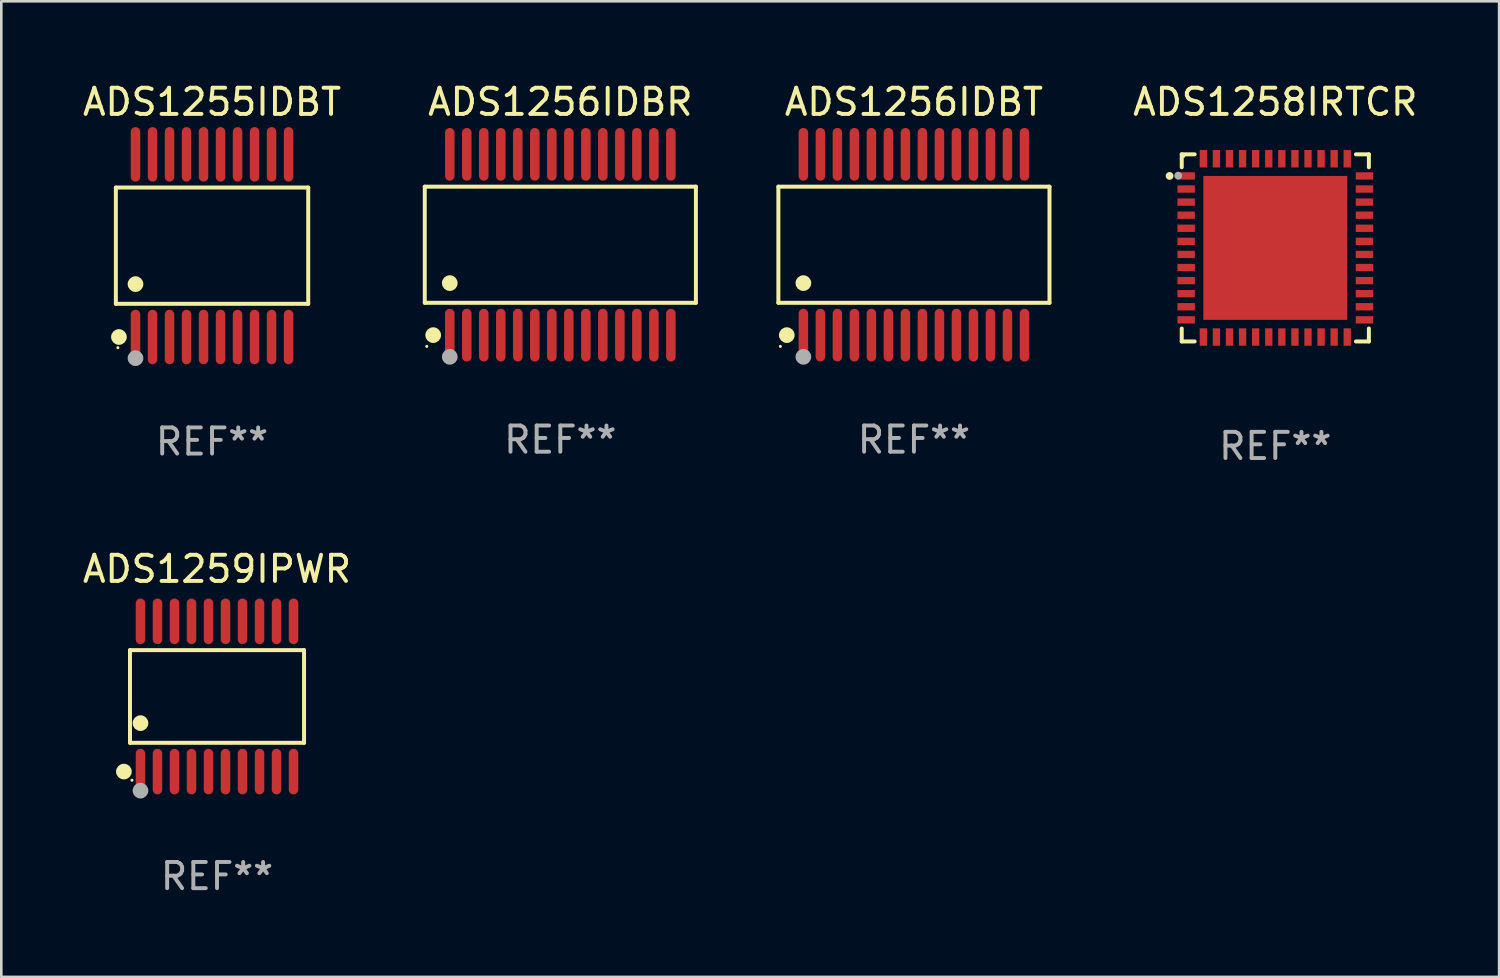
<source format=kicad_pcb>
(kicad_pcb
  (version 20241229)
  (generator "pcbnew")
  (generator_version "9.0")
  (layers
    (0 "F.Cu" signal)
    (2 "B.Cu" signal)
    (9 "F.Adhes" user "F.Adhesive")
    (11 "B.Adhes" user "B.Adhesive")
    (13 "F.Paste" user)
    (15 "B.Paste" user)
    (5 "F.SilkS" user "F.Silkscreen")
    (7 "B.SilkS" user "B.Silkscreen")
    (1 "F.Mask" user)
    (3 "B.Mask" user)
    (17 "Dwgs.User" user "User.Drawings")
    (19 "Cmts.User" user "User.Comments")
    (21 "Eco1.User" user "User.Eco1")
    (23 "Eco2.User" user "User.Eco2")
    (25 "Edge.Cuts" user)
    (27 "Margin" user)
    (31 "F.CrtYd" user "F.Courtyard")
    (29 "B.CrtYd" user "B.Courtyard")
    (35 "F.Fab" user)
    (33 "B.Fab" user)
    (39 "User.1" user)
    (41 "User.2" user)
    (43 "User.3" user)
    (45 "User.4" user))
  (footprint "ADS1258IRTCR"
    (layer "F.Cu")
    (at 45.69 6.424)
    (property "Reference" "ADS1258IRTCR" (at 0 -5.576 0) (layer "F.SilkS") (effects (font (size 1 1) (thickness 0.15))))
    (attr through_hole)
    (fp_line (start -3.576 -3.576) (end -3.576 -3.081) (stroke (width 0.152) (type solid)) (layer "F.SilkS"))
    (fp_line (start -3.576 3.576) (end -3.576 3.081) (stroke (width 0.152) (type solid)) (layer "F.SilkS"))
    (fp_line (start -3.081 -3.576) (end -3.576 -3.576) (stroke (width 0.152) (type solid)) (layer "F.SilkS"))
    (fp_line (start -3.081 3.576) (end -3.576 3.576) (stroke (width 0.152) (type solid)) (layer "F.SilkS"))
    (fp_line (start 3.081 -3.576) (end 3.576 -3.576) (stroke (width 0.152) (type solid)) (layer "F.SilkS"))
    (fp_line (start 3.081 3.576) (end 3.576 3.576) (stroke (width 0.152) (type solid)) (layer "F.SilkS"))
    (fp_line (start 3.576 -3.576) (end 3.576 -3.081) (stroke (width 0.152) (type solid)) (layer "F.SilkS"))
    (fp_line (start 3.576 3.576) (end 3.576 3.081) (stroke (width 0.152) (type solid)) (layer "F.SilkS"))
    (fp_circle (center -4.04 -2.75) (end -3.965 -2.75) (stroke (width 0.15) (type solid)) (fill no) (layer "F.SilkS"))
    (fp_circle (center -3.5 -3.5) (end -3.47 -3.5) (stroke (width 0.06) (type solid)) (fill no) (layer "F.SilkS"))
    (fp_circle (center -3.71 -2.76) (end -3.635 -2.76) (stroke (width 0.15) (type solid)) (fill no) (layer "F.Fab"))
    (fp_text user "REF**" (at 0 7.576 0) (layer "F.Fab") (effects (font (size 1 1) (thickness 0.15))))
    (pad "1" smd rect (at -3.407 -2.75) (size 0.665 0.28) (layers "F.Cu" "F.Mask" "F.Paste"))
    (pad "2" smd rect (at -3.407 -2.25) (size 0.665 0.28) (layers "F.Cu" "F.Mask" "F.Paste"))
    (pad "3" smd rect (at -3.407 -1.75) (size 0.665 0.28) (layers "F.Cu" "F.Mask" "F.Paste"))
    (pad "4" smd rect (at -3.407 -1.25) (size 0.665 0.28) (layers "F.Cu" "F.Mask" "F.Paste"))
    (pad "5" smd rect (at -3.407 -0.75) (size 0.665 0.28) (layers "F.Cu" "F.Mask" "F.Paste"))
    (pad "6" smd rect (at -3.407 -0.25) (size 0.665 0.28) (layers "F.Cu" "F.Mask" "F.Paste"))
    (pad "7" smd rect (at -3.407 0.25) (size 0.665 0.28) (layers "F.Cu" "F.Mask" "F.Paste"))
    (pad "8" smd rect (at -3.407 0.75) (size 0.665 0.28) (layers "F.Cu" "F.Mask" "F.Paste"))
    (pad "9" smd rect (at -3.407 1.25) (size 0.665 0.28) (layers "F.Cu" "F.Mask" "F.Paste"))
    (pad "10" smd rect (at -3.407 1.75) (size 0.665 0.28) (layers "F.Cu" "F.Mask" "F.Paste"))
    (pad "11" smd rect (at -3.407 2.25) (size 0.665 0.28) (layers "F.Cu" "F.Mask" "F.Paste"))
    (pad "12" smd rect (at -3.407 2.75) (size 0.665 0.28) (layers "F.Cu" "F.Mask" "F.Paste"))
    (pad "13" smd rect (at -2.75 3.407) (size 0.28 0.665) (layers "F.Cu" "F.Mask" "F.Paste"))
    (pad "14" smd rect (at -2.25 3.407) (size 0.28 0.665) (layers "F.Cu" "F.Mask" "F.Paste"))
    (pad "15" smd rect (at -1.75 3.407) (size 0.28 0.665) (layers "F.Cu" "F.Mask" "F.Paste"))
    (pad "16" smd rect (at -1.25 3.407) (size 0.28 0.665) (layers "F.Cu" "F.Mask" "F.Paste"))
    (pad "17" smd rect (at -0.75 3.407) (size 0.28 0.665) (layers "F.Cu" "F.Mask" "F.Paste"))
    (pad "18" smd rect (at -0.25 3.407) (size 0.28 0.665) (layers "F.Cu" "F.Mask" "F.Paste"))
    (pad "19" smd rect (at 0.25 3.407) (size 0.28 0.665) (layers "F.Cu" "F.Mask" "F.Paste"))
    (pad "20" smd rect (at 0.75 3.407) (size 0.28 0.665) (layers "F.Cu" "F.Mask" "F.Paste"))
    (pad "21" smd rect (at 1.25 3.407) (size 0.28 0.665) (layers "F.Cu" "F.Mask" "F.Paste"))
    (pad "22" smd rect (at 1.75 3.407) (size 0.28 0.665) (layers "F.Cu" "F.Mask" "F.Paste"))
    (pad "23" smd rect (at 2.25 3.407) (size 0.28 0.665) (layers "F.Cu" "F.Mask" "F.Paste"))
    (pad "24" smd rect (at 2.75 3.407) (size 0.28 0.665) (layers "F.Cu" "F.Mask" "F.Paste"))
    (pad "25" smd rect (at 3.407 2.75) (size 0.665 0.28) (layers "F.Cu" "F.Mask" "F.Paste"))
    (pad "26" smd rect (at 3.407 2.25) (size 0.665 0.28) (layers "F.Cu" "F.Mask" "F.Paste"))
    (pad "27" smd rect (at 3.407 1.75) (size 0.665 0.28) (layers "F.Cu" "F.Mask" "F.Paste"))
    (pad "28" smd rect (at 3.407 1.25) (size 0.665 0.28) (layers "F.Cu" "F.Mask" "F.Paste"))
    (pad "29" smd rect (at 3.407 0.75) (size 0.665 0.28) (layers "F.Cu" "F.Mask" "F.Paste"))
    (pad "30" smd rect (at 3.407 0.25) (size 0.665 0.28) (layers "F.Cu" "F.Mask" "F.Paste"))
    (pad "31" smd rect (at 3.407 -0.25) (size 0.665 0.28) (layers "F.Cu" "F.Mask" "F.Paste"))
    (pad "32" smd rect (at 3.407 -0.75) (size 0.665 0.28) (layers "F.Cu" "F.Mask" "F.Paste"))
    (pad "33" smd rect (at 3.407 -1.25) (size 0.665 0.28) (layers "F.Cu" "F.Mask" "F.Paste"))
    (pad "34" smd rect (at 3.407 -1.75) (size 0.665 0.28) (layers "F.Cu" "F.Mask" "F.Paste"))
    (pad "35" smd rect (at 3.407 -2.25) (size 0.665 0.28) (layers "F.Cu" "F.Mask" "F.Paste"))
    (pad "36" smd rect (at 3.407 -2.75) (size 0.665 0.28) (layers "F.Cu" "F.Mask" "F.Paste"))
    (pad "37" smd rect (at 2.75 -3.407) (size 0.28 0.665) (layers "F.Cu" "F.Mask" "F.Paste"))
    (pad "38" smd rect (at 2.25 -3.407) (size 0.28 0.665) (layers "F.Cu" "F.Mask" "F.Paste"))
    (pad "39" smd rect (at 1.75 -3.407) (size 0.28 0.665) (layers "F.Cu" "F.Mask" "F.Paste"))
    (pad "40" smd rect (at 1.25 -3.407) (size 0.28 0.665) (layers "F.Cu" "F.Mask" "F.Paste"))
    (pad "41" smd rect (at 0.75 -3.407) (size 0.28 0.665) (layers "F.Cu" "F.Mask" "F.Paste"))
    (pad "42" smd rect (at 0.25 -3.407) (size 0.28 0.665) (layers "F.Cu" "F.Mask" "F.Paste"))
    (pad "43" smd rect (at -0.25 -3.407) (size 0.28 0.665) (layers "F.Cu" "F.Mask" "F.Paste"))
    (pad "44" smd rect (at -0.75 -3.407) (size 0.28 0.665) (layers "F.Cu" "F.Mask" "F.Paste"))
    (pad "45" smd rect (at -1.25 -3.407) (size 0.28 0.665) (layers "F.Cu" "F.Mask" "F.Paste"))
    (pad "46" smd rect (at -1.75 -3.407) (size 0.28 0.665) (layers "F.Cu" "F.Mask" "F.Paste"))
    (pad "47" smd rect (at -2.25 -3.407) (size 0.28 0.665) (layers "F.Cu" "F.Mask" "F.Paste"))
    (pad "48" smd rect (at -2.75 -3.407) (size 0.28 0.665) (layers "F.Cu" "F.Mask" "F.Paste"))
    (pad "49" smd rect (at 0 0) (size 5.5 5.5) (layers "F.Cu" "F.Mask" "F.Paste")))
  (footprint "ADS1256IDBR"
    (layer "F.Cu")
    (at 18.365 6.303)
    (property "Reference" "ADS1256IDBR" (at 0 -5.455 0) (layer "F.SilkS") (effects (font (size 1 1) (thickness 0.15))))
    (attr through_hole)
    (fp_line (start -5.181 -2.219) (end 5.181 -2.219) (stroke (width 0.152) (type solid)) (layer "F.SilkS"))
    (fp_line (start -5.181 2.219) (end -5.181 -2.219) (stroke (width 0.152) (type solid)) (layer "F.SilkS"))
    (fp_line (start 5.181 -2.219) (end 5.181 2.219) (stroke (width 0.152) (type solid)) (layer "F.SilkS"))
    (fp_line (start 5.181 2.219) (end -5.181 2.219) (stroke (width 0.152) (type solid)) (layer "F.SilkS"))
    (fp_circle (center -5.105 3.885) (end -5.075 3.885) (stroke (width 0.06) (type solid)) (fill no) (layer "F.SilkS"))
    (fp_circle (center -4.859 3.455) (end -4.709 3.455) (stroke (width 0.3) (type solid)) (fill no) (layer "F.SilkS"))
    (fp_circle (center -4.225 1.467) (end -4.075 1.467) (stroke (width 0.3) (type solid)) (fill no) (layer "F.SilkS"))
    (fp_circle (center -4.225 4.285) (end -4.075 4.285) (stroke (width 0.3) (type solid)) (fill no) (layer "F.Fab"))
    (fp_text user "REF**" (at 0 7.455 0) (layer "F.Fab") (effects (font (size 1 1) (thickness 0.15))))
    (pad "1" smd oval (at -4.225 3.455) (size 0.364 2.015) (layers "F.Cu" "F.Mask" "F.Paste"))
    (pad "2" smd oval (at -3.575 3.455) (size 0.364 2.015) (layers "F.Cu" "F.Mask" "F.Paste"))
    (pad "3" smd oval (at -2.925 3.455) (size 0.364 2.015) (layers "F.Cu" "F.Mask" "F.Paste"))
    (pad "4" smd oval (at -2.275 3.455) (size 0.364 2.015) (layers "F.Cu" "F.Mask" "F.Paste"))
    (pad "5" smd oval (at -1.625 3.455) (size 0.364 2.015) (layers "F.Cu" "F.Mask" "F.Paste"))
    (pad "6" smd oval (at -0.975 3.455) (size 0.364 2.015) (layers "F.Cu" "F.Mask" "F.Paste"))
    (pad "7" smd oval (at -0.325 3.455) (size 0.364 2.015) (layers "F.Cu" "F.Mask" "F.Paste"))
    (pad "8" smd oval (at 0.325 3.455) (size 0.364 2.015) (layers "F.Cu" "F.Mask" "F.Paste"))
    (pad "9" smd oval (at 0.975 3.455) (size 0.364 2.015) (layers "F.Cu" "F.Mask" "F.Paste"))
    (pad "10" smd oval (at 1.625 3.455) (size 0.364 2.015) (layers "F.Cu" "F.Mask" "F.Paste"))
    (pad "11" smd oval (at 2.275 3.455) (size 0.364 2.015) (layers "F.Cu" "F.Mask" "F.Paste"))
    (pad "12" smd oval (at 2.925 3.455) (size 0.364 2.015) (layers "F.Cu" "F.Mask" "F.Paste"))
    (pad "13" smd oval (at 3.575 3.455) (size 0.364 2.015) (layers "F.Cu" "F.Mask" "F.Paste"))
    (pad "14" smd oval (at 4.225 3.455) (size 0.364 2.015) (layers "F.Cu" "F.Mask" "F.Paste"))
    (pad "15" smd oval (at 4.225 -3.455) (size 0.364 2.015) (layers "F.Cu" "F.Mask" "F.Paste"))
    (pad "16" smd oval (at 3.575 -3.455) (size 0.364 2.015) (layers "F.Cu" "F.Mask" "F.Paste"))
    (pad "17" smd oval (at 2.925 -3.455) (size 0.364 2.015) (layers "F.Cu" "F.Mask" "F.Paste"))
    (pad "18" smd oval (at 2.275 -3.455) (size 0.364 2.015) (layers "F.Cu" "F.Mask" "F.Paste"))
    (pad "19" smd oval (at 1.625 -3.455) (size 0.364 2.015) (layers "F.Cu" "F.Mask" "F.Paste"))
    (pad "20" smd oval (at 0.975 -3.455) (size 0.364 2.015) (layers "F.Cu" "F.Mask" "F.Paste"))
    (pad "21" smd oval (at 0.325 -3.455) (size 0.364 2.015) (layers "F.Cu" "F.Mask" "F.Paste"))
    (pad "22" smd oval (at -0.325 -3.455) (size 0.364 2.015) (layers "F.Cu" "F.Mask" "F.Paste"))
    (pad "23" smd oval (at -0.975 -3.455) (size 0.364 2.015) (layers "F.Cu" "F.Mask" "F.Paste"))
    (pad "24" smd oval (at -1.625 -3.455) (size 0.364 2.015) (layers "F.Cu" "F.Mask" "F.Paste"))
    (pad "25" smd oval (at -2.275 -3.455) (size 0.364 2.015) (layers "F.Cu" "F.Mask" "F.Paste"))
    (pad "26" smd oval (at -2.925 -3.455) (size 0.364 2.015) (layers "F.Cu" "F.Mask" "F.Paste"))
    (pad "27" smd oval (at -3.575 -3.455) (size 0.364 2.015) (layers "F.Cu" "F.Mask" "F.Paste"))
    (pad "28" smd oval (at -4.225 -3.455) (size 0.364 2.015) (layers "F.Cu" "F.Mask" "F.Paste")))
  (footprint "ADS1256IDBT"
    (layer "F.Cu")
    (at 31.879 6.303)
    (property "Reference" "ADS1256IDBT" (at 0 -5.455 0) (layer "F.SilkS") (effects (font (size 1 1) (thickness 0.15))))
    (attr through_hole)
    (fp_line (start -5.181 -2.219) (end 5.181 -2.219) (stroke (width 0.152) (type solid)) (layer "F.SilkS"))
    (fp_line (start -5.181 2.219) (end -5.181 -2.219) (stroke (width 0.152) (type solid)) (layer "F.SilkS"))
    (fp_line (start 5.181 -2.219) (end 5.181 2.219) (stroke (width 0.152) (type solid)) (layer "F.SilkS"))
    (fp_line (start 5.181 2.219) (end -5.181 2.219) (stroke (width 0.152) (type solid)) (layer "F.SilkS"))
    (fp_circle (center -5.105 3.885) (end -5.075 3.885) (stroke (width 0.06) (type solid)) (fill no) (layer "F.SilkS"))
    (fp_circle (center -4.859 3.455) (end -4.709 3.455) (stroke (width 0.3) (type solid)) (fill no) (layer "F.SilkS"))
    (fp_circle (center -4.225 1.467) (end -4.075 1.467) (stroke (width 0.3) (type solid)) (fill no) (layer "F.SilkS"))
    (fp_circle (center -4.225 4.285) (end -4.075 4.285) (stroke (width 0.3) (type solid)) (fill no) (layer "F.Fab"))
    (fp_text user "REF**" (at 0 7.455 0) (layer "F.Fab") (effects (font (size 1 1) (thickness 0.15))))
    (pad "1" smd oval (at -4.225 3.455) (size 0.364 2.015) (layers "F.Cu" "F.Mask" "F.Paste"))
    (pad "2" smd oval (at -3.575 3.455) (size 0.364 2.015) (layers "F.Cu" "F.Mask" "F.Paste"))
    (pad "3" smd oval (at -2.925 3.455) (size 0.364 2.015) (layers "F.Cu" "F.Mask" "F.Paste"))
    (pad "4" smd oval (at -2.275 3.455) (size 0.364 2.015) (layers "F.Cu" "F.Mask" "F.Paste"))
    (pad "5" smd oval (at -1.625 3.455) (size 0.364 2.015) (layers "F.Cu" "F.Mask" "F.Paste"))
    (pad "6" smd oval (at -0.975 3.455) (size 0.364 2.015) (layers "F.Cu" "F.Mask" "F.Paste"))
    (pad "7" smd oval (at -0.325 3.455) (size 0.364 2.015) (layers "F.Cu" "F.Mask" "F.Paste"))
    (pad "8" smd oval (at 0.325 3.455) (size 0.364 2.015) (layers "F.Cu" "F.Mask" "F.Paste"))
    (pad "9" smd oval (at 0.975 3.455) (size 0.364 2.015) (layers "F.Cu" "F.Mask" "F.Paste"))
    (pad "10" smd oval (at 1.625 3.455) (size 0.364 2.015) (layers "F.Cu" "F.Mask" "F.Paste"))
    (pad "11" smd oval (at 2.275 3.455) (size 0.364 2.015) (layers "F.Cu" "F.Mask" "F.Paste"))
    (pad "12" smd oval (at 2.925 3.455) (size 0.364 2.015) (layers "F.Cu" "F.Mask" "F.Paste"))
    (pad "13" smd oval (at 3.575 3.455) (size 0.364 2.015) (layers "F.Cu" "F.Mask" "F.Paste"))
    (pad "14" smd oval (at 4.225 3.455) (size 0.364 2.015) (layers "F.Cu" "F.Mask" "F.Paste"))
    (pad "15" smd oval (at 4.225 -3.455) (size 0.364 2.015) (layers "F.Cu" "F.Mask" "F.Paste"))
    (pad "16" smd oval (at 3.575 -3.455) (size 0.364 2.015) (layers "F.Cu" "F.Mask" "F.Paste"))
    (pad "17" smd oval (at 2.925 -3.455) (size 0.364 2.015) (layers "F.Cu" "F.Mask" "F.Paste"))
    (pad "18" smd oval (at 2.275 -3.455) (size 0.364 2.015) (layers "F.Cu" "F.Mask" "F.Paste"))
    (pad "19" smd oval (at 1.625 -3.455) (size 0.364 2.015) (layers "F.Cu" "F.Mask" "F.Paste"))
    (pad "20" smd oval (at 0.975 -3.455) (size 0.364 2.015) (layers "F.Cu" "F.Mask" "F.Paste"))
    (pad "21" smd oval (at 0.325 -3.455) (size 0.364 2.015) (layers "F.Cu" "F.Mask" "F.Paste"))
    (pad "22" smd oval (at -0.325 -3.455) (size 0.364 2.015) (layers "F.Cu" "F.Mask" "F.Paste"))
    (pad "23" smd oval (at -0.975 -3.455) (size 0.364 2.015) (layers "F.Cu" "F.Mask" "F.Paste"))
    (pad "24" smd oval (at -1.625 -3.455) (size 0.364 2.015) (layers "F.Cu" "F.Mask" "F.Paste"))
    (pad "25" smd oval (at -2.275 -3.455) (size 0.364 2.015) (layers "F.Cu" "F.Mask" "F.Paste"))
    (pad "26" smd oval (at -2.925 -3.455) (size 0.364 2.015) (layers "F.Cu" "F.Mask" "F.Paste"))
    (pad "27" smd oval (at -3.575 -3.455) (size 0.364 2.015) (layers "F.Cu" "F.Mask" "F.Paste"))
    (pad "28" smd oval (at -4.225 -3.455) (size 0.364 2.015) (layers "F.Cu" "F.Mask" "F.Paste")))
  (footprint "ADS1255IDBT"
    (layer "F.Cu")
    (at 5.054 6.339)
    (property "Reference" "ADS1255IDBT" (at 0 -5.491 0) (layer "F.SilkS") (effects (font (size 1 1) (thickness 0.15))))
    (attr through_hole)
    (fp_line (start -3.676 -2.221) (end 3.676 -2.221) (stroke (width 0.152) (type solid)) (layer "F.SilkS"))
    (fp_line (start -3.676 2.221) (end -3.676 -2.221) (stroke (width 0.152) (type solid)) (layer "F.SilkS"))
    (fp_line (start 3.676 -2.221) (end 3.676 2.221) (stroke (width 0.152) (type solid)) (layer "F.SilkS"))
    (fp_line (start 3.676 2.221) (end -3.676 2.221) (stroke (width 0.152) (type solid)) (layer "F.SilkS"))
    (fp_circle (center -3.6 3.9) (end -3.57 3.9) (stroke (width 0.06) (type solid)) (fill no) (layer "F.SilkS"))
    (fp_circle (center -3.559 3.491) (end -3.409 3.491) (stroke (width 0.3) (type solid)) (fill no) (layer "F.SilkS"))
    (fp_circle (center -2.925 1.469) (end -2.775 1.469) (stroke (width 0.3) (type solid)) (fill no) (layer "F.SilkS"))
    (fp_circle (center -2.925 4.3) (end -2.775 4.3) (stroke (width 0.3) (type solid)) (fill no) (layer "F.Fab"))
    (fp_text user "REF**" (at 0 7.491 0) (layer "F.Fab") (effects (font (size 1 1) (thickness 0.15))))
    (pad "1" smd oval (at -2.925 3.491) (size 0.364 2.082) (layers "F.Cu" "F.Mask" "F.Paste"))
    (pad "2" smd oval (at -2.275 3.491) (size 0.364 2.082) (layers "F.Cu" "F.Mask" "F.Paste"))
    (pad "3" smd oval (at -1.625 3.491) (size 0.364 2.082) (layers "F.Cu" "F.Mask" "F.Paste"))
    (pad "4" smd oval (at -0.975 3.491) (size 0.364 2.082) (layers "F.Cu" "F.Mask" "F.Paste"))
    (pad "5" smd oval (at -0.325 3.491) (size 0.364 2.082) (layers "F.Cu" "F.Mask" "F.Paste"))
    (pad "6" smd oval (at 0.325 3.491) (size 0.364 2.082) (layers "F.Cu" "F.Mask" "F.Paste"))
    (pad "7" smd oval (at 0.975 3.491) (size 0.364 2.082) (layers "F.Cu" "F.Mask" "F.Paste"))
    (pad "8" smd oval (at 1.625 3.491) (size 0.364 2.082) (layers "F.Cu" "F.Mask" "F.Paste"))
    (pad "9" smd oval (at 2.275 3.491) (size 0.364 2.082) (layers "F.Cu" "F.Mask" "F.Paste"))
    (pad "10" smd oval (at 2.925 3.491) (size 0.364 2.082) (layers "F.Cu" "F.Mask" "F.Paste"))
    (pad "11" smd oval (at 2.925 -3.491) (size 0.364 2.082) (layers "F.Cu" "F.Mask" "F.Paste"))
    (pad "12" smd oval (at 2.275 -3.491) (size 0.364 2.082) (layers "F.Cu" "F.Mask" "F.Paste"))
    (pad "13" smd oval (at 1.625 -3.491) (size 0.364 2.082) (layers "F.Cu" "F.Mask" "F.Paste"))
    (pad "14" smd oval (at 0.975 -3.491) (size 0.364 2.082) (layers "F.Cu" "F.Mask" "F.Paste"))
    (pad "15" smd oval (at 0.325 -3.491) (size 0.364 2.082) (layers "F.Cu" "F.Mask" "F.Paste"))
    (pad "16" smd oval (at -0.325 -3.491) (size 0.364 2.082) (layers "F.Cu" "F.Mask" "F.Paste"))
    (pad "17" smd oval (at -0.975 -3.491) (size 0.364 2.082) (layers "F.Cu" "F.Mask" "F.Paste"))
    (pad "18" smd oval (at -1.625 -3.491) (size 0.364 2.082) (layers "F.Cu" "F.Mask" "F.Paste"))
    (pad "19" smd oval (at -2.275 -3.491) (size 0.364 2.082) (layers "F.Cu" "F.Mask" "F.Paste"))
    (pad "20" smd oval (at -2.925 -3.491) (size 0.364 2.082) (layers "F.Cu" "F.Mask" "F.Paste")))
  (footprint "ADS1259IPWR"
    (layer "F.Cu")
    (at 5.244 23.568)
    (property "Reference" "ADS1259IPWR" (at 0 -4.871 0) (layer "F.SilkS") (effects (font (size 1 1) (thickness 0.15))))
    (attr through_hole)
    (fp_line (start -3.326 -1.771) (end 3.326 -1.771) (stroke (width 0.152) (type solid)) (layer "F.SilkS"))
    (fp_line (start -3.326 1.771) (end -3.326 -1.771) (stroke (width 0.152) (type solid)) (layer "F.SilkS"))
    (fp_line (start 3.326 -1.771) (end 3.326 1.771) (stroke (width 0.152) (type solid)) (layer "F.SilkS"))
    (fp_line (start 3.326 1.771) (end -3.326 1.771) (stroke (width 0.152) (type solid)) (layer "F.SilkS"))
    (fp_circle (center -3.559 2.871) (end -3.409 2.871) (stroke (width 0.3) (type solid)) (fill no) (layer "F.SilkS"))
    (fp_circle (center -3.25 3.2) (end -3.22 3.2) (stroke (width 0.06) (type solid)) (fill no) (layer "F.SilkS"))
    (fp_circle (center -2.925 1.019) (end -2.775 1.019) (stroke (width 0.3) (type solid)) (fill no) (layer "F.SilkS"))
    (fp_circle (center -2.925 3.6) (end -2.775 3.6) (stroke (width 0.3) (type solid)) (fill no) (layer "F.Fab"))
    (fp_text user "REF**" (at 0 6.871 0) (layer "F.Fab") (effects (font (size 1 1) (thickness 0.15))))
    (pad "1" smd oval (at -2.925 2.871) (size 0.364 1.742) (layers "F.Cu" "F.Mask" "F.Paste"))
    (pad "2" smd oval (at -2.275 2.871) (size 0.364 1.742) (layers "F.Cu" "F.Mask" "F.Paste"))
    (pad "3" smd oval (at -1.625 2.871) (size 0.364 1.742) (layers "F.Cu" "F.Mask" "F.Paste"))
    (pad "4" smd oval (at -0.975 2.871) (size 0.364 1.742) (layers "F.Cu" "F.Mask" "F.Paste"))
    (pad "5" smd oval (at -0.325 2.871) (size 0.364 1.742) (layers "F.Cu" "F.Mask" "F.Paste"))
    (pad "6" smd oval (at 0.325 2.871) (size 0.364 1.742) (layers "F.Cu" "F.Mask" "F.Paste"))
    (pad "7" smd oval (at 0.975 2.871) (size 0.364 1.742) (layers "F.Cu" "F.Mask" "F.Paste"))
    (pad "8" smd oval (at 1.625 2.871) (size 0.364 1.742) (layers "F.Cu" "F.Mask" "F.Paste"))
    (pad "9" smd oval (at 2.275 2.871) (size 0.364 1.742) (layers "F.Cu" "F.Mask" "F.Paste"))
    (pad "10" smd oval (at 2.925 2.871) (size 0.364 1.742) (layers "F.Cu" "F.Mask" "F.Paste"))
    (pad "11" smd oval (at 2.925 -2.871) (size 0.364 1.742) (layers "F.Cu" "F.Mask" "F.Paste"))
    (pad "12" smd oval (at 2.275 -2.871) (size 0.364 1.742) (layers "F.Cu" "F.Mask" "F.Paste"))
    (pad "13" smd oval (at 1.625 -2.871) (size 0.364 1.742) (layers "F.Cu" "F.Mask" "F.Paste"))
    (pad "14" smd oval (at 0.975 -2.871) (size 0.364 1.742) (layers "F.Cu" "F.Mask" "F.Paste"))
    (pad "15" smd oval (at 0.325 -2.871) (size 0.364 1.742) (layers "F.Cu" "F.Mask" "F.Paste"))
    (pad "16" smd oval (at -0.325 -2.871) (size 0.364 1.742) (layers "F.Cu" "F.Mask" "F.Paste"))
    (pad "17" smd oval (at -0.975 -2.871) (size 0.364 1.742) (layers "F.Cu" "F.Mask" "F.Paste"))
    (pad "18" smd oval (at -1.625 -2.871) (size 0.364 1.742) (layers "F.Cu" "F.Mask" "F.Paste"))
    (pad "19" smd oval (at -2.275 -2.871) (size 0.364 1.742) (layers "F.Cu" "F.Mask" "F.Paste"))
    (pad "20" smd oval (at -2.925 -2.871) (size 0.364 1.742) (layers "F.Cu" "F.Mask" "F.Paste")))
  (gr_rect
    (start -3 -3)
    (end 54.244 34.287)
    (stroke (width 0.1) (type default))
    (fill no)
    (layer "Edge.Cuts")))
</source>
